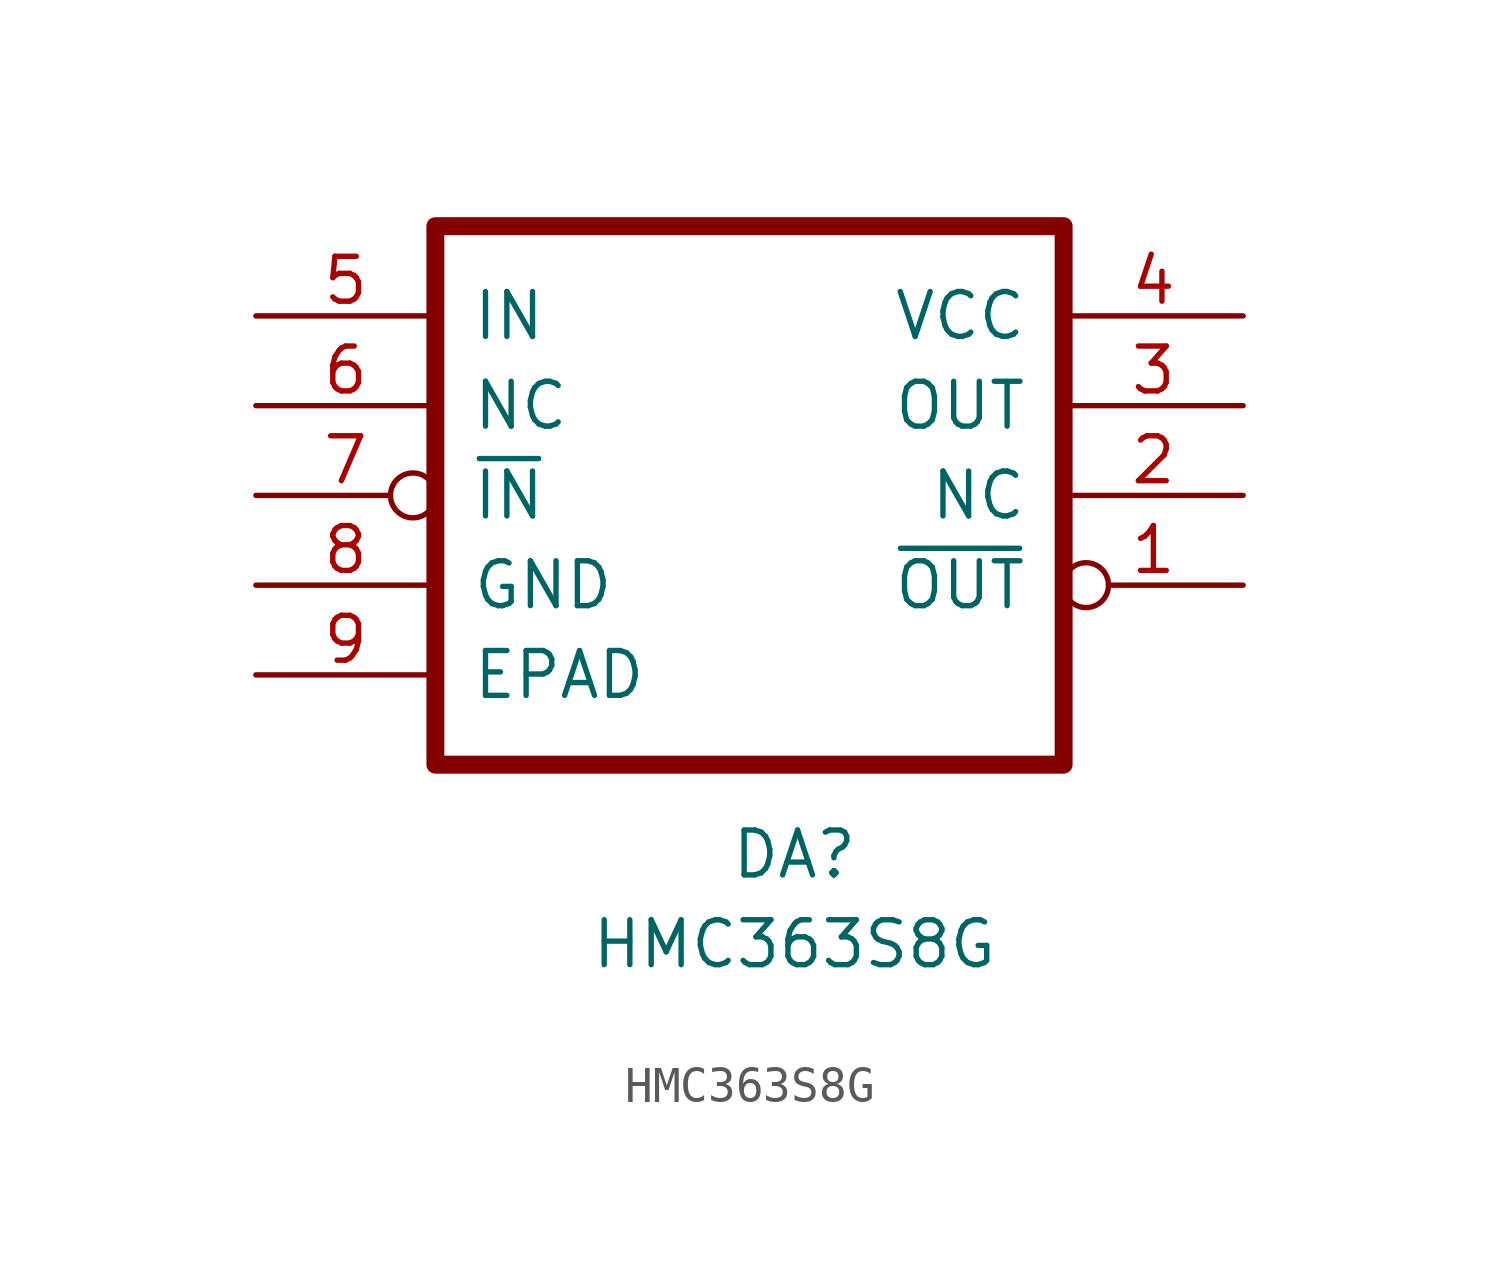
<source format=kicad_sym>
(kicad_symbol_lib
  (version 20211014)
  (generator kicad_symbol_editor)
  (symbol "HMC363S8G"
    (pin_names
      (offset 1.016))
    (property "Reference" "DA"
      (at 15.24 -15.24 0)
      (effects (font (size 1.27 1.27))))
    (property "Value" "HMC363S8G"
      (at 15.24 -17.78 0)
      (effects (font (size 1.27 1.27))))
    (symbol "HMC363S8G_0_1"
      (rectangle (start 5.08 2.54) (end 22.86 -12.7) (stroke (width 0.508) (type default) (color 0 0 0 0)) (fill (type none))))
    (symbol "HMC363S8G_1_1"
      (pin output inverted (at 27.94 -7.62 180) (length 5.08) (name "~{OUT}" (effects (font (size 1.27 1.27)))) (number "1" (effects (font (size 1.27 1.27)))))
      (pin unspecified line (at 27.94 -5.08 180) (length 5.08) (name "NC" (effects (font (size 1.27 1.27)))) (number "2" (effects (font (size 1.27 1.27)))))
      (pin output line (at 27.94 -2.54 180) (length 5.08) (name "OUT" (effects (font (size 1.27 1.27)))) (number "3" (effects (font (size 1.27 1.27)))))
      (pin power_in line (at 27.94 0 180) (length 5.08) (name "VCC" (effects (font (size 1.27 1.27)))) (number "4" (effects (font (size 1.27 1.27)))))
      (pin input line (at 0 0 0) (length 5.08) (name "IN" (effects (font (size 1.27 1.27)))) (number "5" (effects (font (size 1.27 1.27)))))
      (pin unspecified line (at 0 -2.54 0) (length 5.08) (name "NC" (effects (font (size 1.27 1.27)))) (number "6" (effects (font (size 1.27 1.27)))))
      (pin input inverted (at 0 -5.08 0) (length 5.08) (name "~{IN}" (effects (font (size 1.27 1.27)))) (number "7" (effects (font (size 1.27 1.27)))))
      (pin power_in line (at 0 -7.62 0) (length 5.08) (name "GND" (effects (font (size 1.27 1.27)))) (number "8" (effects (font (size 1.27 1.27)))))
      (pin power_in line (at 0 -10.16 0) (length 5.08) (name "EPAD" (effects (font (size 1.27 1.27)))) (number "9" (effects (font (size 1.27 1.27))))))))
</source>
